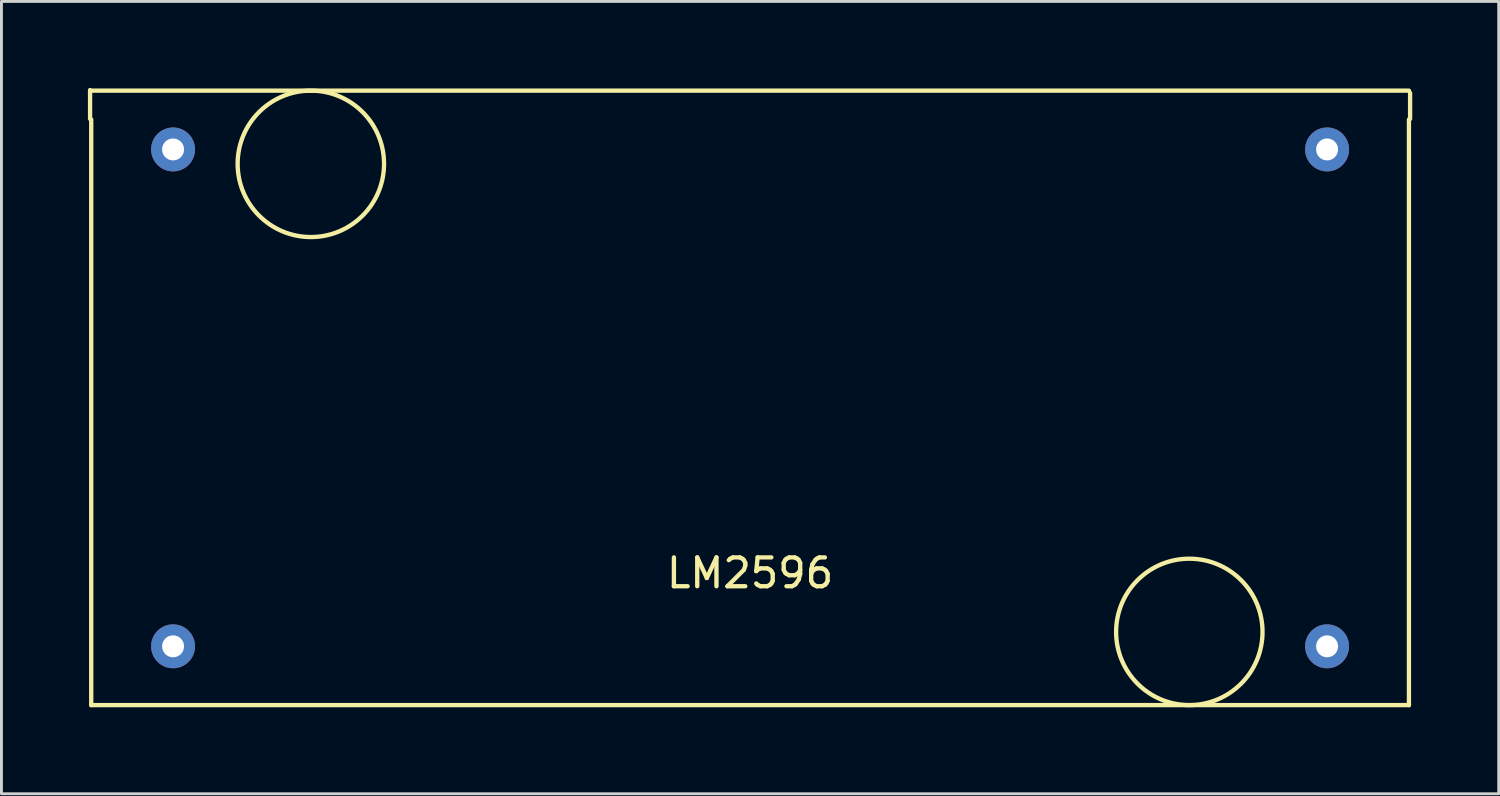
<source format=kicad_pcb>
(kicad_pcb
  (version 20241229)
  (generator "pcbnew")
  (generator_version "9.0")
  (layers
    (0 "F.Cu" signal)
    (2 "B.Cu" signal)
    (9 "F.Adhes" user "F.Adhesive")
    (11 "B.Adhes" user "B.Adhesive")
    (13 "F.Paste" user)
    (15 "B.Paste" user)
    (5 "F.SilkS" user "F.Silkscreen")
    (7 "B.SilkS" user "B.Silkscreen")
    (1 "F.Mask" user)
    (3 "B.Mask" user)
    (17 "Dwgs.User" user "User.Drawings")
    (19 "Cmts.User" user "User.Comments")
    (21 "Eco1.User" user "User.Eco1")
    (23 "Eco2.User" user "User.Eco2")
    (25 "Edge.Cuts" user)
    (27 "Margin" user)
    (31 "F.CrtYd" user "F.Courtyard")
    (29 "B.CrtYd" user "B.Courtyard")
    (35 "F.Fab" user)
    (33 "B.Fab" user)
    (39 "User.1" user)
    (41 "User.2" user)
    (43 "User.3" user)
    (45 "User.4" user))
  (footprint "LM2596"
    (layer "F.Cu")
    (at 22.975 6.675)
    (property "Reference" "LM2596" (at 0 10.16 0) (layer "F.SilkS") (effects (font (size 1 1) (thickness 0.15))))
    (attr through_hole)
    (fp_line (start -22.9 -6.6) (end -22.9 -5.6) (stroke (width 0.15) (type solid)) (layer "F.SilkS"))
    (fp_line (start -22.86 -6.58) (end 22.86 -6.58) (stroke (width 0.15) (type solid)) (layer "F.SilkS"))
    (fp_line (start -22.86 14.74) (end -22.86 -5.58) (stroke (width 0.15) (type solid)) (layer "F.SilkS"))
    (fp_line (start 22.86 -5.58) (end 22.86 14.74) (stroke (width 0.15) (type solid)) (layer "F.SilkS"))
    (fp_line (start 22.86 14.74) (end -22.86 14.74) (stroke (width 0.15) (type solid)) (layer "F.SilkS"))
    (fp_line (start 22.9 -5.6) (end 22.9 -6.5) (stroke (width 0.15) (type solid)) (layer "F.SilkS"))
    (fp_circle (center -15.24 -4.04) (end -15.24 -1.5) (stroke (width 0.15) (type solid)) (fill no) (layer "F.SilkS"))
    (fp_circle (center 15.24 12.2) (end 15.24 9.66) (stroke (width 0.15) (type solid)) (fill no) (layer "F.SilkS"))
    (pad "1" thru_hole circle (at -20.02 -4.54) (size 1.524 1.524) (drill 0.762) (layers "*.Cu" "*.Mask"))
    (pad "2" thru_hole circle (at -20.02 12.7) (size 1.524 1.524) (drill 0.762) (layers "*.Cu" "*.Mask"))
    (pad "3" thru_hole circle (at 20.02 12.7) (size 1.524 1.524) (drill 0.762) (layers "*.Cu" "*.Mask"))
    (pad "4" thru_hole circle (at 20.02 -4.54) (size 1.524 1.524) (drill 0.762) (layers "*.Cu" "*.Mask")))
  (gr_rect
    (start -3 -3)
    (end 48.95 24.49)
    (stroke (width 0.1) (type default))
    (fill no)
    (layer "Edge.Cuts")))
</source>
